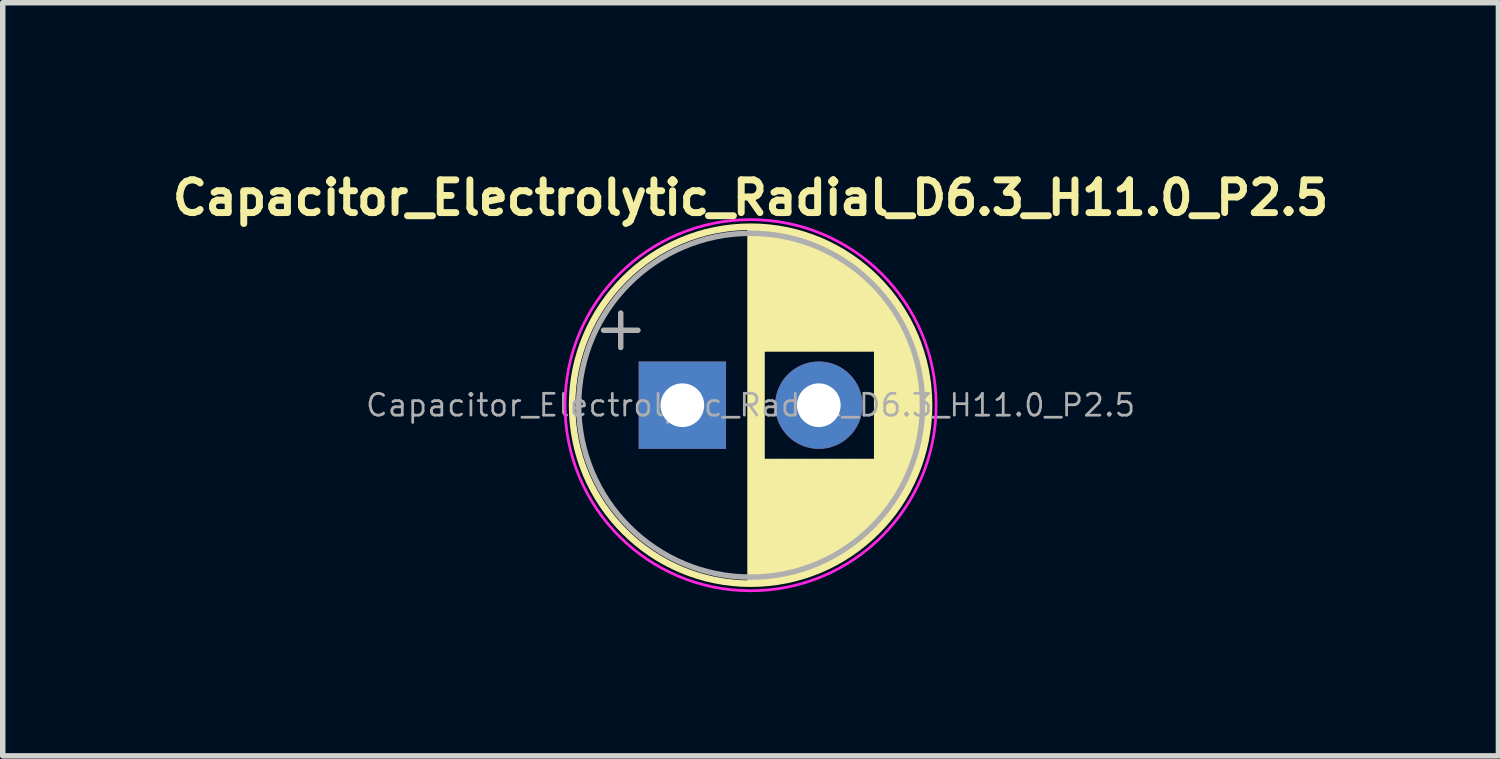
<source format=kicad_pcb>
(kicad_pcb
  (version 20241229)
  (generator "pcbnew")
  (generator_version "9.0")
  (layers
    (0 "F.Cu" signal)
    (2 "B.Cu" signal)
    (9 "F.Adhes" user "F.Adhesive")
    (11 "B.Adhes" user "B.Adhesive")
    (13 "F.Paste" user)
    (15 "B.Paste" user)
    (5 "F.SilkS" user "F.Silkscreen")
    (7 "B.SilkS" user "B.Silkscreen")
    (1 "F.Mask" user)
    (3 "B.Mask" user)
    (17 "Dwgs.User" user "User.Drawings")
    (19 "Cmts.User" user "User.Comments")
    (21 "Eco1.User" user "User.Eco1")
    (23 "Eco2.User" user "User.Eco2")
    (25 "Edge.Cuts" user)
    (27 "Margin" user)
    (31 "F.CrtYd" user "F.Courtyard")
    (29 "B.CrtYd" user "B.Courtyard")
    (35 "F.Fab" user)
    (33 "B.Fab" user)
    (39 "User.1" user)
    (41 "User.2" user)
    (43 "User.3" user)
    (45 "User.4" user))
  (footprint "Capacitor_Electrolytic_Radial_D6.3_H11.0_P2.5"
    (layer "F.Cu")
    (at 10.702 4.374)
    (property "Reference" "Capacitor_Electrolytic_Radial_D6.3_H11.0_P2.5" (at 0 -3.8 0) (layer "F.SilkS") (effects (font (size 0.6 0.6) (thickness 0.127))))
    (attr through_hole)
    (fp_line (start 0 -3.23) (end 0 3.23) (stroke (width 0.12) (type solid)) (layer "F.SilkS"))
    (fp_line (start 0.04 -3.23) (end 0.04 3.23) (stroke (width 0.12) (type solid)) (layer "F.SilkS"))
    (fp_line (start 0.08 -3.23) (end 0.08 3.23) (stroke (width 0.12) (type solid)) (layer "F.SilkS"))
    (fp_line (start 0.12 -3.228) (end 0.12 3.228) (stroke (width 0.12) (type solid)) (layer "F.SilkS"))
    (fp_line (start 0.16 -3.227) (end 0.16 3.227) (stroke (width 0.12) (type solid)) (layer "F.SilkS"))
    (fp_line (start 0.2 -3.224) (end 0.2 3.224) (stroke (width 0.12) (type solid)) (layer "F.SilkS"))
    (fp_line (start 0.24 -3.222) (end 0.24 -1.04) (stroke (width 0.12) (type solid)) (layer "F.SilkS"))
    (fp_line (start 0.24 1.04) (end 0.24 3.222) (stroke (width 0.12) (type solid)) (layer "F.SilkS"))
    (fp_line (start 0.28 -3.218) (end 0.28 -1.04) (stroke (width 0.12) (type solid)) (layer "F.SilkS"))
    (fp_line (start 0.28 1.04) (end 0.28 3.218) (stroke (width 0.12) (type solid)) (layer "F.SilkS"))
    (fp_line (start 0.32 -3.215) (end 0.32 -1.04) (stroke (width 0.12) (type solid)) (layer "F.SilkS"))
    (fp_line (start 0.32 1.04) (end 0.32 3.215) (stroke (width 0.12) (type solid)) (layer "F.SilkS"))
    (fp_line (start 0.36 -3.211) (end 0.36 -1.04) (stroke (width 0.12) (type solid)) (layer "F.SilkS"))
    (fp_line (start 0.36 1.04) (end 0.36 3.211) (stroke (width 0.12) (type solid)) (layer "F.SilkS"))
    (fp_line (start 0.4 -3.206) (end 0.4 -1.04) (stroke (width 0.12) (type solid)) (layer "F.SilkS"))
    (fp_line (start 0.4 1.04) (end 0.4 3.206) (stroke (width 0.12) (type solid)) (layer "F.SilkS"))
    (fp_line (start 0.44 -3.201) (end 0.44 -1.04) (stroke (width 0.12) (type solid)) (layer "F.SilkS"))
    (fp_line (start 0.44 1.04) (end 0.44 3.201) (stroke (width 0.12) (type solid)) (layer "F.SilkS"))
    (fp_line (start 0.48 -3.195) (end 0.48 -1.04) (stroke (width 0.12) (type solid)) (layer "F.SilkS"))
    (fp_line (start 0.48 1.04) (end 0.48 3.195) (stroke (width 0.12) (type solid)) (layer "F.SilkS"))
    (fp_line (start 0.52 -3.189) (end 0.52 -1.04) (stroke (width 0.12) (type solid)) (layer "F.SilkS"))
    (fp_line (start 0.52 1.04) (end 0.52 3.189) (stroke (width 0.12) (type solid)) (layer "F.SilkS"))
    (fp_line (start 0.56 -3.182) (end 0.56 -1.04) (stroke (width 0.12) (type solid)) (layer "F.SilkS"))
    (fp_line (start 0.56 1.04) (end 0.56 3.182) (stroke (width 0.12) (type solid)) (layer "F.SilkS"))
    (fp_line (start 0.6 -3.175) (end 0.6 -1.04) (stroke (width 0.12) (type solid)) (layer "F.SilkS"))
    (fp_line (start 0.6 1.04) (end 0.6 3.175) (stroke (width 0.12) (type solid)) (layer "F.SilkS"))
    (fp_line (start 0.64 -3.167) (end 0.64 -1.04) (stroke (width 0.12) (type solid)) (layer "F.SilkS"))
    (fp_line (start 0.64 1.04) (end 0.64 3.167) (stroke (width 0.12) (type solid)) (layer "F.SilkS"))
    (fp_line (start 0.68 -3.159) (end 0.68 -1.04) (stroke (width 0.12) (type solid)) (layer "F.SilkS"))
    (fp_line (start 0.68 1.04) (end 0.68 3.159) (stroke (width 0.12) (type solid)) (layer "F.SilkS"))
    (fp_line (start 0.721 -3.15) (end 0.721 -1.04) (stroke (width 0.12) (type solid)) (layer "F.SilkS"))
    (fp_line (start 0.721 1.04) (end 0.721 3.15) (stroke (width 0.12) (type solid)) (layer "F.SilkS"))
    (fp_line (start 0.761 -3.141) (end 0.761 -1.04) (stroke (width 0.12) (type solid)) (layer "F.SilkS"))
    (fp_line (start 0.761 1.04) (end 0.761 3.141) (stroke (width 0.12) (type solid)) (layer "F.SilkS"))
    (fp_line (start 0.801 -3.131) (end 0.801 -1.04) (stroke (width 0.12) (type solid)) (layer "F.SilkS"))
    (fp_line (start 0.801 1.04) (end 0.801 3.131) (stroke (width 0.12) (type solid)) (layer "F.SilkS"))
    (fp_line (start 0.841 -3.121) (end 0.841 -1.04) (stroke (width 0.12) (type solid)) (layer "F.SilkS"))
    (fp_line (start 0.841 1.04) (end 0.841 3.121) (stroke (width 0.12) (type solid)) (layer "F.SilkS"))
    (fp_line (start 0.881 -3.11) (end 0.881 -1.04) (stroke (width 0.12) (type solid)) (layer "F.SilkS"))
    (fp_line (start 0.881 1.04) (end 0.881 3.11) (stroke (width 0.12) (type solid)) (layer "F.SilkS"))
    (fp_line (start 0.921 -3.098) (end 0.921 -1.04) (stroke (width 0.12) (type solid)) (layer "F.SilkS"))
    (fp_line (start 0.921 1.04) (end 0.921 3.098) (stroke (width 0.12) (type solid)) (layer "F.SilkS"))
    (fp_line (start 0.961 -3.086) (end 0.961 -1.04) (stroke (width 0.12) (type solid)) (layer "F.SilkS"))
    (fp_line (start 0.961 1.04) (end 0.961 3.086) (stroke (width 0.12) (type solid)) (layer "F.SilkS"))
    (fp_line (start 1.001 -3.074) (end 1.001 -1.04) (stroke (width 0.12) (type solid)) (layer "F.SilkS"))
    (fp_line (start 1.001 1.04) (end 1.001 3.074) (stroke (width 0.12) (type solid)) (layer "F.SilkS"))
    (fp_line (start 1.041 -3.061) (end 1.041 -1.04) (stroke (width 0.12) (type solid)) (layer "F.SilkS"))
    (fp_line (start 1.041 1.04) (end 1.041 3.061) (stroke (width 0.12) (type solid)) (layer "F.SilkS"))
    (fp_line (start 1.081 -3.047) (end 1.081 -1.04) (stroke (width 0.12) (type solid)) (layer "F.SilkS"))
    (fp_line (start 1.081 1.04) (end 1.081 3.047) (stroke (width 0.12) (type solid)) (layer "F.SilkS"))
    (fp_line (start 1.121 -3.033) (end 1.121 -1.04) (stroke (width 0.12) (type solid)) (layer "F.SilkS"))
    (fp_line (start 1.121 1.04) (end 1.121 3.033) (stroke (width 0.12) (type solid)) (layer "F.SilkS"))
    (fp_line (start 1.161 -3.018) (end 1.161 -1.04) (stroke (width 0.12) (type solid)) (layer "F.SilkS"))
    (fp_line (start 1.161 1.04) (end 1.161 3.018) (stroke (width 0.12) (type solid)) (layer "F.SilkS"))
    (fp_line (start 1.201 -3.002) (end 1.201 -1.04) (stroke (width 0.12) (type solid)) (layer "F.SilkS"))
    (fp_line (start 1.201 1.04) (end 1.201 3.002) (stroke (width 0.12) (type solid)) (layer "F.SilkS"))
    (fp_line (start 1.241 -2.986) (end 1.241 -1.04) (stroke (width 0.12) (type solid)) (layer "F.SilkS"))
    (fp_line (start 1.241 1.04) (end 1.241 2.986) (stroke (width 0.12) (type solid)) (layer "F.SilkS"))
    (fp_line (start 1.281 -2.97) (end 1.281 -1.04) (stroke (width 0.12) (type solid)) (layer "F.SilkS"))
    (fp_line (start 1.281 1.04) (end 1.281 2.97) (stroke (width 0.12) (type solid)) (layer "F.SilkS"))
    (fp_line (start 1.321 -2.952) (end 1.321 -1.04) (stroke (width 0.12) (type solid)) (layer "F.SilkS"))
    (fp_line (start 1.321 1.04) (end 1.321 2.952) (stroke (width 0.12) (type solid)) (layer "F.SilkS"))
    (fp_line (start 1.361 -2.934) (end 1.361 -1.04) (stroke (width 0.12) (type solid)) (layer "F.SilkS"))
    (fp_line (start 1.361 1.04) (end 1.361 2.934) (stroke (width 0.12) (type solid)) (layer "F.SilkS"))
    (fp_line (start 1.401 -2.916) (end 1.401 -1.04) (stroke (width 0.12) (type solid)) (layer "F.SilkS"))
    (fp_line (start 1.401 1.04) (end 1.401 2.916) (stroke (width 0.12) (type solid)) (layer "F.SilkS"))
    (fp_line (start 1.441 -2.896) (end 1.441 -1.04) (stroke (width 0.12) (type solid)) (layer "F.SilkS"))
    (fp_line (start 1.441 1.04) (end 1.441 2.896) (stroke (width 0.12) (type solid)) (layer "F.SilkS"))
    (fp_line (start 1.481 -2.876) (end 1.481 -1.04) (stroke (width 0.12) (type solid)) (layer "F.SilkS"))
    (fp_line (start 1.481 1.04) (end 1.481 2.876) (stroke (width 0.12) (type solid)) (layer "F.SilkS"))
    (fp_line (start 1.521 -2.856) (end 1.521 -1.04) (stroke (width 0.12) (type solid)) (layer "F.SilkS"))
    (fp_line (start 1.521 1.04) (end 1.521 2.856) (stroke (width 0.12) (type solid)) (layer "F.SilkS"))
    (fp_line (start 1.561 -2.834) (end 1.561 -1.04) (stroke (width 0.12) (type solid)) (layer "F.SilkS"))
    (fp_line (start 1.561 1.04) (end 1.561 2.834) (stroke (width 0.12) (type solid)) (layer "F.SilkS"))
    (fp_line (start 1.601 -2.812) (end 1.601 -1.04) (stroke (width 0.12) (type solid)) (layer "F.SilkS"))
    (fp_line (start 1.601 1.04) (end 1.601 2.812) (stroke (width 0.12) (type solid)) (layer "F.SilkS"))
    (fp_line (start 1.641 -2.79) (end 1.641 -1.04) (stroke (width 0.12) (type solid)) (layer "F.SilkS"))
    (fp_line (start 1.641 1.04) (end 1.641 2.79) (stroke (width 0.12) (type solid)) (layer "F.SilkS"))
    (fp_line (start 1.681 -2.766) (end 1.681 -1.04) (stroke (width 0.12) (type solid)) (layer "F.SilkS"))
    (fp_line (start 1.681 1.04) (end 1.681 2.766) (stroke (width 0.12) (type solid)) (layer "F.SilkS"))
    (fp_line (start 1.721 -2.742) (end 1.721 -1.04) (stroke (width 0.12) (type solid)) (layer "F.SilkS"))
    (fp_line (start 1.721 1.04) (end 1.721 2.742) (stroke (width 0.12) (type solid)) (layer "F.SilkS"))
    (fp_line (start 1.761 -2.716) (end 1.761 -1.04) (stroke (width 0.12) (type solid)) (layer "F.SilkS"))
    (fp_line (start 1.761 1.04) (end 1.761 2.716) (stroke (width 0.12) (type solid)) (layer "F.SilkS"))
    (fp_line (start 1.801 -2.69) (end 1.801 -1.04) (stroke (width 0.12) (type solid)) (layer "F.SilkS"))
    (fp_line (start 1.801 1.04) (end 1.801 2.69) (stroke (width 0.12) (type solid)) (layer "F.SilkS"))
    (fp_line (start 1.841 -2.664) (end 1.841 -1.04) (stroke (width 0.12) (type solid)) (layer "F.SilkS"))
    (fp_line (start 1.841 1.04) (end 1.841 2.664) (stroke (width 0.12) (type solid)) (layer "F.SilkS"))
    (fp_line (start 1.881 -2.636) (end 1.881 -1.04) (stroke (width 0.12) (type solid)) (layer "F.SilkS"))
    (fp_line (start 1.881 1.04) (end 1.881 2.636) (stroke (width 0.12) (type solid)) (layer "F.SilkS"))
    (fp_line (start 1.921 -2.607) (end 1.921 -1.04) (stroke (width 0.12) (type solid)) (layer "F.SilkS"))
    (fp_line (start 1.921 1.04) (end 1.921 2.607) (stroke (width 0.12) (type solid)) (layer "F.SilkS"))
    (fp_line (start 1.961 -2.578) (end 1.961 -1.04) (stroke (width 0.12) (type solid)) (layer "F.SilkS"))
    (fp_line (start 1.961 1.04) (end 1.961 2.578) (stroke (width 0.12) (type solid)) (layer "F.SilkS"))
    (fp_line (start 2.001 -2.548) (end 2.001 -1.04) (stroke (width 0.12) (type solid)) (layer "F.SilkS"))
    (fp_line (start 2.001 1.04) (end 2.001 2.548) (stroke (width 0.12) (type solid)) (layer "F.SilkS"))
    (fp_line (start 2.041 -2.516) (end 2.041 -1.04) (stroke (width 0.12) (type solid)) (layer "F.SilkS"))
    (fp_line (start 2.041 1.04) (end 2.041 2.516) (stroke (width 0.12) (type solid)) (layer "F.SilkS"))
    (fp_line (start 2.081 -2.484) (end 2.081 -1.04) (stroke (width 0.12) (type solid)) (layer "F.SilkS"))
    (fp_line (start 2.081 1.04) (end 2.081 2.484) (stroke (width 0.12) (type solid)) (layer "F.SilkS"))
    (fp_line (start 2.121 -2.45) (end 2.121 -1.04) (stroke (width 0.12) (type solid)) (layer "F.SilkS"))
    (fp_line (start 2.121 1.04) (end 2.121 2.45) (stroke (width 0.12) (type solid)) (layer "F.SilkS"))
    (fp_line (start 2.161 -2.416) (end 2.161 -1.04) (stroke (width 0.12) (type solid)) (layer "F.SilkS"))
    (fp_line (start 2.161 1.04) (end 2.161 2.416) (stroke (width 0.12) (type solid)) (layer "F.SilkS"))
    (fp_line (start 2.201 -2.38) (end 2.201 -1.04) (stroke (width 0.12) (type solid)) (layer "F.SilkS"))
    (fp_line (start 2.201 1.04) (end 2.201 2.38) (stroke (width 0.12) (type solid)) (layer "F.SilkS"))
    (fp_line (start 2.241 -2.343) (end 2.241 -1.04) (stroke (width 0.12) (type solid)) (layer "F.SilkS"))
    (fp_line (start 2.241 1.04) (end 2.241 2.343) (stroke (width 0.12) (type solid)) (layer "F.SilkS"))
    (fp_line (start 2.281 -2.305) (end 2.281 -1.04) (stroke (width 0.12) (type solid)) (layer "F.SilkS"))
    (fp_line (start 2.281 1.04) (end 2.281 2.305) (stroke (width 0.12) (type solid)) (layer "F.SilkS"))
    (fp_line (start 2.321 -2.265) (end 2.321 2.265) (stroke (width 0.12) (type solid)) (layer "F.SilkS"))
    (fp_line (start 2.361 -2.224) (end 2.361 2.224) (stroke (width 0.12) (type solid)) (layer "F.SilkS"))
    (fp_line (start 2.401 -2.182) (end 2.401 2.182) (stroke (width 0.12) (type solid)) (layer "F.SilkS"))
    (fp_line (start 2.441 -2.137) (end 2.441 2.137) (stroke (width 0.12) (type solid)) (layer "F.SilkS"))
    (fp_line (start 2.481 -2.092) (end 2.481 2.092) (stroke (width 0.12) (type solid)) (layer "F.SilkS"))
    (fp_line (start 2.521 -2.044) (end 2.521 2.044) (stroke (width 0.12) (type solid)) (layer "F.SilkS"))
    (fp_line (start 2.561 -1.995) (end 2.561 1.995) (stroke (width 0.12) (type solid)) (layer "F.SilkS"))
    (fp_line (start 2.601 -1.944) (end 2.601 1.944) (stroke (width 0.12) (type solid)) (layer "F.SilkS"))
    (fp_line (start 2.641 -1.89) (end 2.641 1.89) (stroke (width 0.12) (type solid)) (layer "F.SilkS"))
    (fp_line (start 2.681 -1.834) (end 2.681 1.834) (stroke (width 0.12) (type solid)) (layer "F.SilkS"))
    (fp_line (start 2.721 -1.776) (end 2.721 1.776) (stroke (width 0.12) (type solid)) (layer "F.SilkS"))
    (fp_line (start 2.761 -1.714) (end 2.761 1.714) (stroke (width 0.12) (type solid)) (layer "F.SilkS"))
    (fp_line (start 2.801 -1.65) (end 2.801 1.65) (stroke (width 0.12) (type solid)) (layer "F.SilkS"))
    (fp_line (start 2.841 -1.581) (end 2.841 1.581) (stroke (width 0.12) (type solid)) (layer "F.SilkS"))
    (fp_line (start 2.881 -1.509) (end 2.881 1.509) (stroke (width 0.12) (type solid)) (layer "F.SilkS"))
    (fp_line (start 2.921 -1.432) (end 2.921 1.432) (stroke (width 0.12) (type solid)) (layer "F.SilkS"))
    (fp_line (start 2.961 -1.35) (end 2.961 1.35) (stroke (width 0.12) (type solid)) (layer "F.SilkS"))
    (fp_line (start 3.001 -1.262) (end 3.001 1.262) (stroke (width 0.12) (type solid)) (layer "F.SilkS"))
    (fp_line (start 3.041 -1.165) (end 3.041 1.165) (stroke (width 0.12) (type solid)) (layer "F.SilkS"))
    (fp_line (start 3.081 -1.059) (end 3.081 1.059) (stroke (width 0.12) (type solid)) (layer "F.SilkS"))
    (fp_line (start 3.121 -0.94) (end 3.121 0.94) (stroke (width 0.12) (type solid)) (layer "F.SilkS"))
    (fp_line (start 3.161 -0.802) (end 3.161 0.802) (stroke (width 0.12) (type solid)) (layer "F.SilkS"))
    (fp_line (start 3.201 -0.633) (end 3.201 0.633) (stroke (width 0.12) (type solid)) (layer "F.SilkS"))
    (fp_line (start 3.241 -0.402) (end 3.241 0.402) (stroke (width 0.12) (type solid)) (layer "F.SilkS"))
    (fp_circle (center 0 0) (end 3.27 0) (stroke (width 0.12) (type solid)) (fill no) (layer "F.SilkS"))
    (fp_circle (center 0 0) (end 3.4 0) (stroke (width 0.05) (type solid)) (fill no) (layer "F.CrtYd"))
    (fp_line (start -2.694 -1.373) (end -2.064 -1.373) (stroke (width 0.1) (type solid)) (layer "F.Fab"))
    (fp_line (start -2.379 -1.688) (end -2.379 -1.058) (stroke (width 0.1) (type solid)) (layer "F.Fab"))
    (fp_circle (center 0 0) (end 3.15 0) (stroke (width 0.1) (type solid)) (fill no) (layer "F.Fab"))
    (fp_text user "${REFERENCE}" (at 0 0 0) (layer "F.Fab") (effects (font (size 0.4 0.4) (thickness 0.05))))
    (pad "1" thru_hole rect (at -1.25 0) (size 1.6 1.6) (drill 0.8) (layers "*.Cu" "*.Mask"))
    (pad "2" thru_hole circle (at 1.25 0) (size 1.6 1.6) (drill 0.8) (layers "*.Cu" "*.Mask")))
  (gr_rect
    (start -3 -3)
    (end 24.404 10.799)
    (stroke (width 0.1) (type default))
    (fill no)
    (layer "Edge.Cuts")))
</source>
